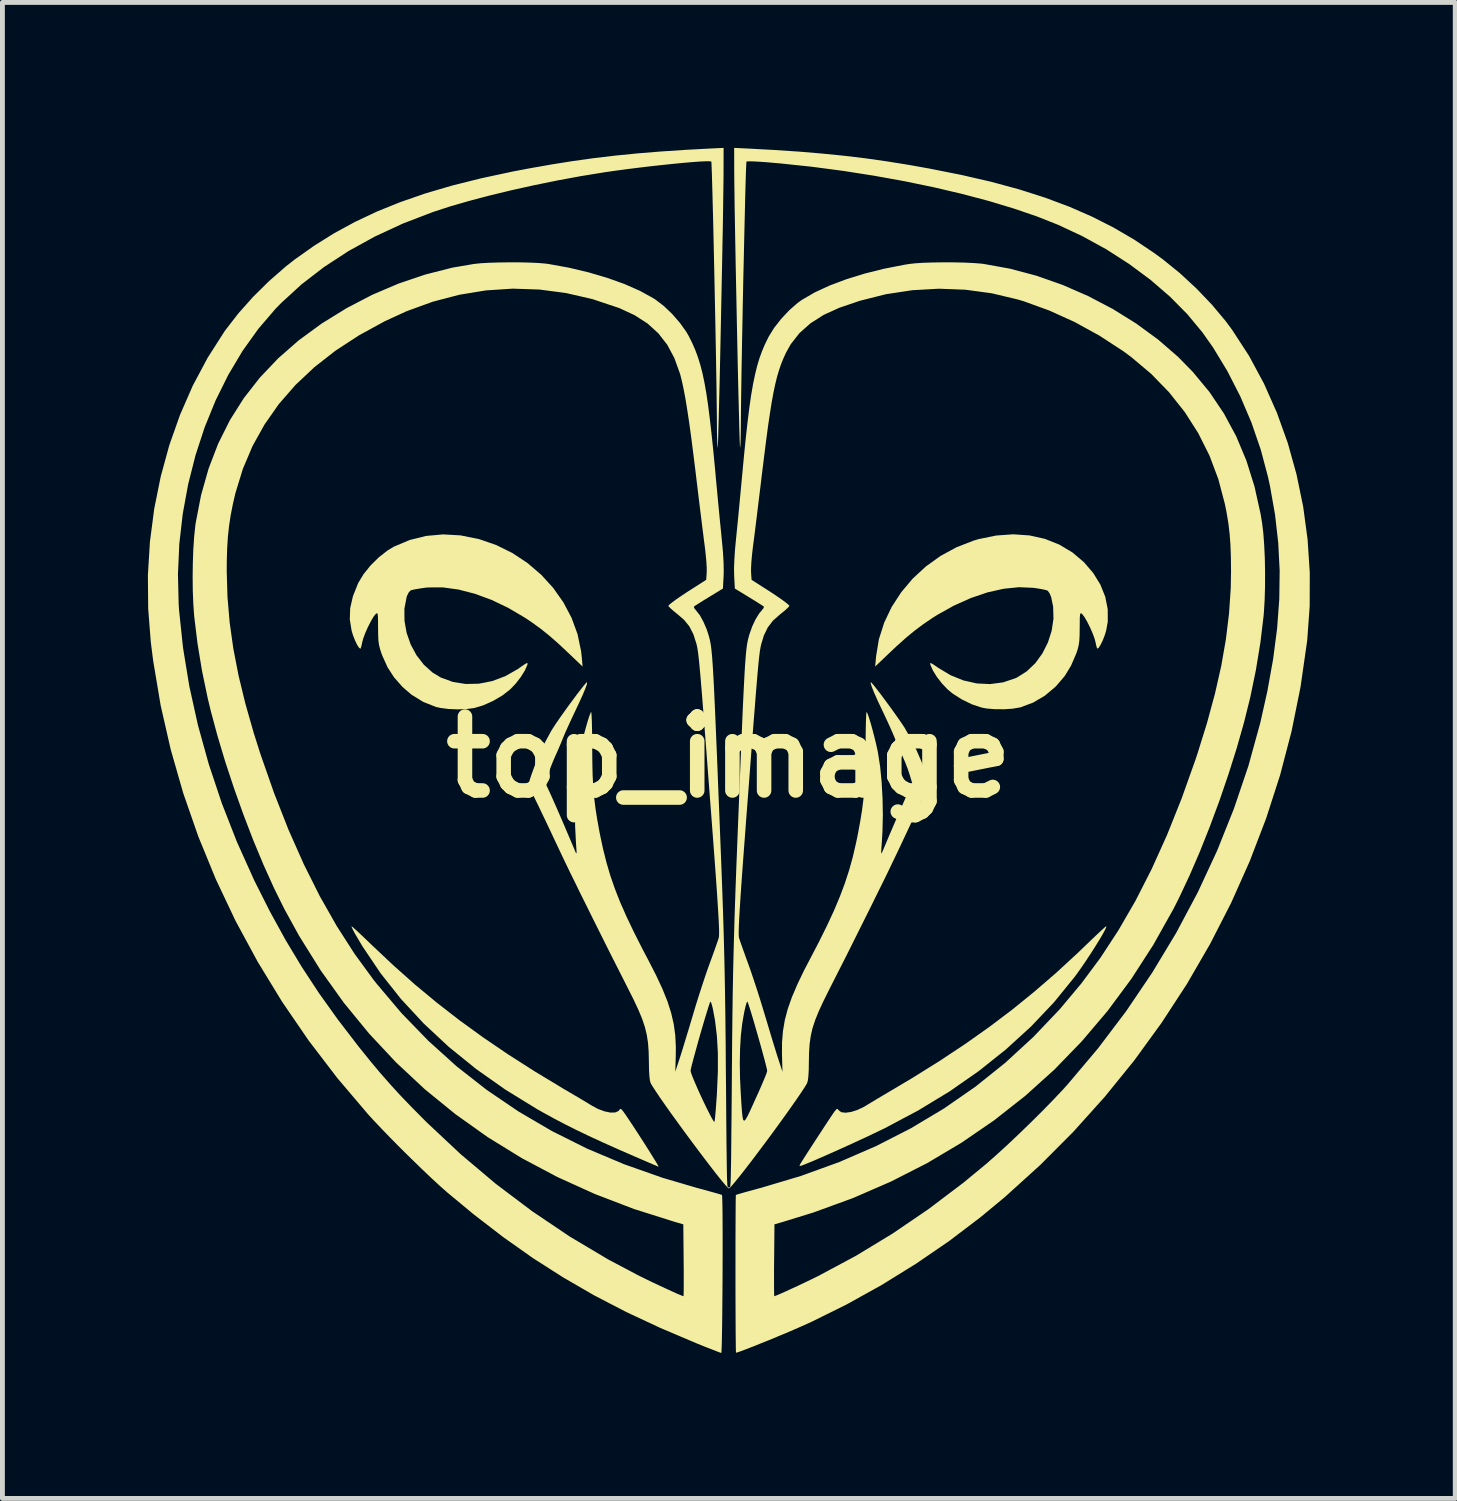
<source format=kicad_pcb>
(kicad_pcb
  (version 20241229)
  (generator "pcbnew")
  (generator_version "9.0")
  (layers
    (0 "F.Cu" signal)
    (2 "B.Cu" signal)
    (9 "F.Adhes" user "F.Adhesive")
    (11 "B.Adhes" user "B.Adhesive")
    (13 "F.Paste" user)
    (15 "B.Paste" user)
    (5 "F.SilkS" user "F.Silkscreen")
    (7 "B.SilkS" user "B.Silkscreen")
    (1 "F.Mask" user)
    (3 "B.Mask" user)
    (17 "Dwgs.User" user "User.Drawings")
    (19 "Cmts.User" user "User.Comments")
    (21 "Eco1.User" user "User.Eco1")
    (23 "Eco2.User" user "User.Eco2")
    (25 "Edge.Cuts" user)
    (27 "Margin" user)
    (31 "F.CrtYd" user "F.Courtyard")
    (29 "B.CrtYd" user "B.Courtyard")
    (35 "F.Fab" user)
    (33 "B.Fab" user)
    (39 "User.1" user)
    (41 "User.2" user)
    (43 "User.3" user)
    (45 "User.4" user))
  (footprint "top_image"
    (layer "F.Cu")
    (at 11.982 12.563)
    (property "Reference" "top_image" (at 0 0 0) (layer "F.SilkS") (effects (font (size 1.524 1.524) (thickness 0.3))))
    (attr board_only exclude_from_pos_files exclude_from_bom)
    (fp_poly (pts (xy -7.758 3.507) (xy -7.702 3.557) (xy -7.618 3.634) (xy -7.514 3.733) (xy -7.395 3.847) (xy -7.364 3.877) (xy -6.92 4.295) (xy -6.476 4.69) (xy -6.024 5.065) (xy -5.558 5.427) (xy -5.071 5.78) (xy -4.555 6.131) (xy -4.004 6.483) (xy -3.41 6.842) (xy -3.161 6.988) (xy -3.046 7.056) (xy -2.924 7.129) (xy -2.835 7.184) (xy -2.698 7.258) (xy -2.564 7.307) (xy -2.442 7.332) (xy -2.344 7.33) (xy -2.277 7.3) (xy -2.263 7.283) (xy -2.241 7.255) (xy -2.216 7.264) (xy -2.181 7.306) (xy -2.137 7.367) (xy -2.075 7.459) (xy -1.999 7.573) (xy -1.913 7.704) (xy -1.823 7.843) (xy -1.733 7.983) (xy -1.648 8.117) (xy -1.573 8.238) (xy -1.511 8.338) (xy -1.469 8.409) (xy -1.45 8.445) (xy -1.45 8.448) (xy -1.477 8.438) (xy -1.545 8.409) (xy -1.647 8.365) (xy -1.776 8.31) (xy -1.921 8.247) (xy -2.286 8.088) (xy -2.607 7.944) (xy -2.893 7.812) (xy -3.151 7.688) (xy -3.388 7.569) (xy -3.613 7.451) (xy -3.833 7.33) (xy -3.957 7.26) (xy -4.608 6.86) (xy -5.215 6.432) (xy -5.777 5.977) (xy -6.293 5.496) (xy -6.762 4.99) (xy -7.183 4.459) (xy -7.556 3.905) (xy -7.71 3.645) (xy -7.752 3.566) (xy -7.778 3.51) (xy -7.782 3.488) (xy -7.782 3.488)) (stroke (width 0) (type solid)) (fill yes) (layer "F.SilkS"))
    (fp_poly (pts (xy 7.782 3.51) (xy 7.755 3.569) (xy 7.706 3.659) (xy 7.638 3.774) (xy 7.556 3.906) (xy 7.465 4.049) (xy 7.368 4.196) (xy 7.27 4.34) (xy 7.175 4.474) (xy 7.124 4.542) (xy 6.702 5.061) (xy 6.231 5.557) (xy 5.714 6.029) (xy 5.153 6.476) (xy 4.549 6.897) (xy 3.905 7.288) (xy 3.223 7.65) (xy 3.12 7.7) (xy 2.943 7.785) (xy 2.742 7.879) (xy 2.528 7.978) (xy 2.309 8.077) (xy 2.097 8.172) (xy 1.902 8.258) (xy 1.733 8.331) (xy 1.6 8.386) (xy 1.573 8.397) (xy 1.498 8.426) (xy 1.463 8.434) (xy 1.458 8.422) (xy 1.469 8.399) (xy 1.494 8.357) (xy 1.544 8.278) (xy 1.613 8.17) (xy 1.696 8.042) (xy 1.786 7.903) (xy 1.879 7.761) (xy 1.968 7.624) (xy 2.049 7.501) (xy 2.116 7.401) (xy 2.163 7.331) (xy 2.181 7.306) (xy 2.22 7.261) (xy 2.243 7.257) (xy 2.263 7.283) (xy 2.317 7.324) (xy 2.407 7.335) (xy 2.522 7.319) (xy 2.653 7.277) (xy 2.79 7.211) (xy 2.835 7.184) (xy 2.94 7.12) (xy 3.063 7.046) (xy 3.161 6.988) (xy 3.774 6.624) (xy 4.342 6.27) (xy 4.871 5.919) (xy 5.368 5.568) (xy 5.842 5.21) (xy 6.298 4.84) (xy 6.745 4.454) (xy 7.188 4.046) (xy 7.364 3.877) (xy 7.486 3.76) (xy 7.594 3.657) (xy 7.683 3.574) (xy 7.747 3.516) (xy 7.779 3.49) (xy 7.782 3.488)) (stroke (width 0) (type solid)) (fill yes) (layer "F.SilkS"))
    (fp_poly (pts (xy 6.199 -4.571) (xy 6.517 -4.5) (xy 6.814 -4.382) (xy 7.086 -4.219) (xy 7.32 -4.021) (xy 7.513 -3.797) (xy 7.661 -3.557) (xy 7.762 -3.306) (xy 7.813 -3.049) (xy 7.814 -2.793) (xy 7.78 -2.604) (xy 7.748 -2.502) (xy 7.708 -2.401) (xy 7.665 -2.314) (xy 7.627 -2.254) (xy 7.602 -2.235) (xy 7.587 -2.259) (xy 7.571 -2.32) (xy 7.564 -2.358) (xy 7.542 -2.442) (xy 7.501 -2.553) (xy 7.448 -2.674) (xy 7.39 -2.79) (xy 7.334 -2.886) (xy 7.288 -2.947) (xy 7.284 -2.95) (xy 7.264 -2.965) (xy 7.25 -2.963) (xy 7.242 -2.935) (xy 7.237 -2.875) (xy 7.236 -2.773) (xy 7.235 -2.662) (xy 7.233 -2.511) (xy 7.227 -2.398) (xy 7.214 -2.307) (xy 7.193 -2.221) (xy 7.162 -2.13) (xy 7.056 -1.884) (xy 6.926 -1.671) (xy 6.759 -1.475) (xy 6.729 -1.444) (xy 6.515 -1.265) (xy 6.274 -1.123) (xy 6.021 -1.028) (xy 6.005 -1.024) (xy 5.856 -0.998) (xy 5.677 -0.986) (xy 5.489 -0.987) (xy 5.316 -1.001) (xy 5.216 -1.02) (xy 5.013 -1.087) (xy 4.805 -1.188) (xy 4.615 -1.309) (xy 4.51 -1.396) (xy 4.395 -1.517) (xy 4.29 -1.652) (xy 4.207 -1.786) (xy 4.156 -1.902) (xy 4.156 -1.904) (xy 4.151 -1.933) (xy 4.164 -1.939) (xy 4.202 -1.919) (xy 4.274 -1.871) (xy 4.318 -1.84) (xy 4.573 -1.687) (xy 4.841 -1.579) (xy 5.115 -1.518) (xy 5.388 -1.505) (xy 5.654 -1.54) (xy 5.905 -1.624) (xy 5.941 -1.64) (xy 6.143 -1.768) (xy 6.32 -1.936) (xy 6.466 -2.138) (xy 6.58 -2.364) (xy 6.657 -2.605) (xy 6.694 -2.855) (xy 6.687 -3.103) (xy 6.646 -3.3) (xy 6.615 -3.375) (xy 6.578 -3.427) (xy 6.567 -3.434) (xy 6.52 -3.449) (xy 6.435 -3.466) (xy 6.326 -3.484) (xy 6.279 -3.49) (xy 5.984 -3.503) (xy 5.666 -3.471) (xy 5.333 -3.396) (xy 4.989 -3.279) (xy 4.64 -3.123) (xy 4.293 -2.929) (xy 4.2 -2.87) (xy 4.013 -2.743) (xy 3.836 -2.611) (xy 3.657 -2.464) (xy 3.465 -2.292) (xy 3.314 -2.15) (xy 3.017 -1.867) (xy 3.036 -2.078) (xy 3.094 -2.431) (xy 3.203 -2.772) (xy 3.358 -3.097) (xy 3.556 -3.401) (xy 3.792 -3.681) (xy 4.063 -3.931) (xy 4.365 -4.148) (xy 4.695 -4.327) (xy 5.047 -4.464) (xy 5.156 -4.496) (xy 5.515 -4.569) (xy 5.864 -4.594)) (stroke (width 0) (type solid)) (fill yes) (layer "F.SilkS"))
    (fp_poly (pts (xy -5.535 -4.572) (xy -5.166 -4.498) (xy -5.156 -4.496) (xy -4.797 -4.372) (xy -4.46 -4.205) (xy -4.15 -3.999) (xy -3.869 -3.758) (xy -3.622 -3.487) (xy -3.412 -3.189) (xy -3.244 -2.87) (xy -3.121 -2.534) (xy -3.048 -2.184) (xy -3.036 -2.078) (xy -3.017 -1.867) (xy -3.314 -2.15) (xy -3.523 -2.346) (xy -3.71 -2.509) (xy -3.887 -2.651) (xy -4.066 -2.78) (xy -4.2 -2.87) (xy -4.546 -3.074) (xy -4.894 -3.241) (xy -5.24 -3.368) (xy -5.577 -3.455) (xy -5.9 -3.499) (xy -6.202 -3.498) (xy -6.279 -3.49) (xy -6.393 -3.473) (xy -6.49 -3.456) (xy -6.554 -3.44) (xy -6.567 -3.434) (xy -6.603 -3.394) (xy -6.638 -3.324) (xy -6.646 -3.3) (xy -6.692 -3.058) (xy -6.69 -2.809) (xy -6.646 -2.561) (xy -6.562 -2.321) (xy -6.442 -2.099) (xy -6.29 -1.903) (xy -6.109 -1.741) (xy -5.941 -1.64) (xy -5.692 -1.549) (xy -5.428 -1.507) (xy -5.155 -1.513) (xy -4.881 -1.567) (xy -4.612 -1.668) (xy -4.354 -1.814) (xy -4.318 -1.84) (xy -4.229 -1.902) (xy -4.177 -1.934) (xy -4.154 -1.939) (xy -4.152 -1.92) (xy -4.156 -1.904) (xy -4.206 -1.788) (xy -4.289 -1.654) (xy -4.393 -1.519) (xy -4.508 -1.398) (xy -4.51 -1.396) (xy -4.67 -1.271) (xy -4.863 -1.158) (xy -5.066 -1.067) (xy -5.254 -1.011) (xy -5.411 -0.99) (xy -5.593 -0.984) (xy -5.78 -0.991) (xy -5.948 -1.012) (xy -6.037 -1.032) (xy -6.301 -1.136) (xy -6.547 -1.287) (xy -6.73 -1.445) (xy -6.903 -1.641) (xy -7.039 -1.851) (xy -7.148 -2.092) (xy -7.162 -2.13) (xy -7.194 -2.226) (xy -7.215 -2.311) (xy -7.228 -2.403) (xy -7.233 -2.517) (xy -7.235 -2.662) (xy -7.236 -2.8) (xy -7.238 -2.892) (xy -7.243 -2.944) (xy -7.253 -2.966) (xy -7.268 -2.963) (xy -7.284 -2.95) (xy -7.329 -2.893) (xy -7.384 -2.799) (xy -7.443 -2.684) (xy -7.497 -2.563) (xy -7.539 -2.451) (xy -7.563 -2.364) (xy -7.564 -2.358) (xy -7.579 -2.285) (xy -7.595 -2.241) (xy -7.602 -2.235) (xy -7.631 -2.259) (xy -7.67 -2.321) (xy -7.712 -2.41) (xy -7.752 -2.512) (xy -7.78 -2.604) (xy -7.818 -2.836) (xy -7.81 -3.071) (xy -7.754 -3.315) (xy -7.651 -3.574) (xy -7.64 -3.597) (xy -7.533 -3.774) (xy -7.389 -3.952) (xy -7.22 -4.119) (xy -7.04 -4.26) (xy -6.909 -4.339) (xy -6.585 -4.476) (xy -6.246 -4.56) (xy -5.896 -4.592)) (stroke (width 0) (type solid)) (fill yes) (layer "F.SilkS"))
    (fp_poly (pts (xy 0.402 -12.549) (xy 0.953 -12.519) (xy 1.46 -12.485) (xy 1.933 -12.445) (xy 2.384 -12.4) (xy 2.823 -12.347) (xy 3.26 -12.285) (xy 3.707 -12.213) (xy 4.129 -12.138) (xy 4.797 -12.005) (xy 5.417 -11.862) (xy 5.991 -11.706) (xy 6.526 -11.535) (xy 7.026 -11.348) (xy 7.494 -11.143) (xy 7.937 -10.918) (xy 8.358 -10.672) (xy 8.761 -10.402) (xy 8.953 -10.262) (xy 9.304 -9.977) (xy 9.645 -9.661) (xy 9.964 -9.327) (xy 10.249 -8.986) (xy 10.379 -8.81) (xy 10.728 -8.273) (xy 11.036 -7.701) (xy 11.302 -7.101) (xy 11.527 -6.475) (xy 11.707 -5.828) (xy 11.844 -5.164) (xy 11.935 -4.487) (xy 11.98 -3.801) (xy 11.978 -3.11) (xy 11.928 -2.419) (xy 11.922 -2.371) (xy 11.79 -1.449) (xy 11.605 -0.534) (xy 11.368 0.372) (xy 11.08 1.265) (xy 10.743 2.144) (xy 10.358 3.008) (xy 9.925 3.853) (xy 9.448 4.677) (xy 8.925 5.479) (xy 8.36 6.257) (xy 7.752 7.007) (xy 7.103 7.729) (xy 6.415 8.419) (xy 5.688 9.077) (xy 5.189 9.49) (xy 4.542 9.982) (xy 3.858 10.45) (xy 3.149 10.889) (xy 2.427 11.29) (xy 1.703 11.648) (xy 1.485 11.746) (xy 1.336 11.811) (xy 1.171 11.882) (xy 0.997 11.954) (xy 0.822 12.027) (xy 0.652 12.095) (xy 0.495 12.158) (xy 0.359 12.211) (xy 0.251 12.251) (xy 0.178 12.277) (xy 0.147 12.284) (xy 0.147 12.284) (xy 0.145 12.255) (xy 0.143 12.178) (xy 0.142 12.058) (xy 0.14 11.901) (xy 0.139 11.713) (xy 0.138 11.499) (xy 0.137 11.265) (xy 0.136 11.017) (xy 0.136 10.762) (xy 0.136 10.503) (xy 0.136 10.249) (xy 0.136 10.003) (xy 0.137 9.773) (xy 0.138 9.563) (xy 0.139 9.381) (xy 0.14 9.23) (xy 0.141 9.118) (xy 0.143 9.05) (xy 0.145 9.03) (xy 0.173 9.021) (xy 0.246 8.999) (xy 0.354 8.968) (xy 0.491 8.931) (xy 0.647 8.888) (xy 0.657 8.886) (xy 1.485 8.639) (xy 2.277 8.352) (xy 3.032 8.025) (xy 3.752 7.657) (xy 4.436 7.248) (xy 5.085 6.798) (xy 5.699 6.306) (xy 6.28 5.772) (xy 6.827 5.197) (xy 7.269 4.669) (xy 7.662 4.141) (xy 8.034 3.572) (xy 8.387 2.962) (xy 8.721 2.306) (xy 9.037 1.605) (xy 9.337 0.855) (xy 9.622 0.055) (xy 9.663 -0.068) (xy 9.861 -0.704) (xy 10.024 -1.305) (xy 10.154 -1.878) (xy 10.25 -2.428) (xy 10.315 -2.961) (xy 10.35 -3.483) (xy 10.356 -3.823) (xy 10.353 -4.119) (xy 10.344 -4.374) (xy 10.327 -4.604) (xy 10.301 -4.823) (xy 10.264 -5.045) (xy 10.229 -5.219) (xy 10.095 -5.729) (xy 9.912 -6.216) (xy 9.68 -6.679) (xy 9.402 -7.115) (xy 9.078 -7.523) (xy 8.71 -7.902) (xy 8.298 -8.249) (xy 8.136 -8.369) (xy 7.645 -8.689) (xy 7.133 -8.971) (xy 6.608 -9.209) (xy 6.081 -9.4) (xy 5.949 -9.439) (xy 5.418 -9.565) (xy 4.877 -9.638) (xy 4.331 -9.659) (xy 3.783 -9.628) (xy 3.237 -9.545) (xy 2.698 -9.409) (xy 2.276 -9.265) (xy 1.955 -9.119) (xy 1.682 -8.945) (xy 1.455 -8.743) (xy 1.275 -8.513) (xy 1.178 -8.339) (xy 1.125 -8.223) (xy 1.077 -8.105) (xy 1.034 -7.979) (xy 0.993 -7.841) (xy 0.955 -7.686) (xy 0.918 -7.509) (xy 0.881 -7.306) (xy 0.844 -7.071) (xy 0.804 -6.8) (xy 0.763 -6.487) (xy 0.718 -6.129) (xy 0.681 -5.832) (xy 0.65 -5.571) (xy 0.618 -5.312) (xy 0.588 -5.065) (xy 0.56 -4.837) (xy 0.535 -4.637) (xy 0.514 -4.472) (xy 0.498 -4.35) (xy 0.494 -4.32) (xy 0.477 -4.17) (xy 0.464 -4.024) (xy 0.457 -3.899) (xy 0.457 -3.811) (xy 0.457 -3.81) (xy 0.468 -3.655) (xy 0.862 -3.403) (xy 0.99 -3.318) (xy 1.1 -3.242) (xy 1.184 -3.179) (xy 1.236 -3.135) (xy 1.248 -3.117) (xy 1.224 -3.087) (xy 1.167 -3.034) (xy 1.087 -2.967) (xy 1.05 -2.938) (xy 0.908 -2.812) (xy 0.802 -2.673) (xy 0.722 -2.508) (xy 0.668 -2.332) (xy 0.66 -2.299) (xy 0.653 -2.263) (xy 0.645 -2.22) (xy 0.637 -2.168) (xy 0.629 -2.104) (xy 0.62 -2.025) (xy 0.61 -1.927) (xy 0.599 -1.808) (xy 0.586 -1.664) (xy 0.572 -1.494) (xy 0.555 -1.292) (xy 0.537 -1.058) (xy 0.515 -0.786) (xy 0.491 -0.476) (xy 0.464 -0.123) (xy 0.434 0.276) (xy 0.4 0.723) (xy 0.364 1.192) (xy 0.331 1.63) (xy 0.302 2.016) (xy 0.277 2.354) (xy 0.256 2.646) (xy 0.239 2.896) (xy 0.226 3.107) (xy 0.215 3.282) (xy 0.208 3.423) (xy 0.204 3.534) (xy 0.202 3.617) (xy 0.203 3.677) (xy 0.206 3.715) (xy 0.209 3.727) (xy 0.228 3.787) (xy 0.263 3.887) (xy 0.309 4.016) (xy 0.361 4.161) (xy 0.394 4.251) (xy 0.449 4.405) (xy 0.514 4.598) (xy 0.585 4.813) (xy 0.655 5.035) (xy 0.721 5.251) (xy 0.74 5.314) (xy 0.799 5.51) (xy 0.858 5.707) (xy 0.914 5.892) (xy 0.964 6.053) (xy 1.003 6.179) (xy 1.018 6.223) (xy 1.105 6.491) (xy 1.095 6.128) (xy 1.096 5.885) (xy 1.115 5.654) (xy 1.153 5.427) (xy 1.214 5.195) (xy 1.3 4.951) (xy 1.413 4.686) (xy 1.555 4.391) (xy 1.664 4.183) (xy 1.859 3.809) (xy 2.026 3.472) (xy 2.169 3.163) (xy 2.29 2.875) (xy 2.393 2.6) (xy 2.481 2.329) (xy 2.557 2.055) (xy 2.623 1.769) (xy 2.659 1.594) (xy 2.707 1.336) (xy 2.745 1.103) (xy 2.773 0.883) (xy 2.794 0.662) (xy 2.808 0.427) (xy 2.816 0.167) (xy 2.819 -0.133) (xy 2.819 -0.196) (xy 2.82 -0.391) (xy 2.823 -0.567) (xy 2.826 -0.715) (xy 2.83 -0.829) (xy 2.835 -0.904) (xy 2.84 -0.931) (xy 2.841 -0.931) (xy 2.861 -0.892) (xy 2.89 -0.81) (xy 2.925 -0.696) (xy 2.963 -0.56) (xy 3.001 -0.413) (xy 3.037 -0.266) (xy 3.067 -0.129) (xy 3.076 -0.082) (xy 3.119 0.196) (xy 3.15 0.513) (xy 3.169 0.853) (xy 3.175 1.201) (xy 3.167 1.543) (xy 3.154 1.758) (xy 3.145 1.881) (xy 3.141 1.955) (xy 3.143 1.987) (xy 3.152 1.982) (xy 3.168 1.946) (xy 3.179 1.921) (xy 3.24 1.777) (xy 3.31 1.61) (xy 3.386 1.433) (xy 3.463 1.254) (xy 3.537 1.084) (xy 3.604 0.932) (xy 3.658 0.809) (xy 3.697 0.724) (xy 3.701 0.715) (xy 3.782 0.543) (xy 3.728 0.363) (xy 3.689 0.246) (xy 3.636 0.109) (xy 3.581 -0.019) (xy 3.579 -0.024) (xy 3.523 -0.148) (xy 3.467 -0.279) (xy 3.422 -0.389) (xy 3.42 -0.395) (xy 3.385 -0.479) (xy 3.332 -0.599) (xy 3.268 -0.739) (xy 3.199 -0.887) (xy 3.174 -0.939) (xy 3.072 -1.155) (xy 2.997 -1.324) (xy 2.948 -1.446) (xy 2.925 -1.52) (xy 2.926 -1.545) (xy 2.946 -1.529) (xy 2.991 -1.476) (xy 3.057 -1.392) (xy 3.138 -1.286) (xy 3.228 -1.165) (xy 3.323 -1.036) (xy 3.416 -0.907) (xy 3.503 -0.784) (xy 3.577 -0.676) (xy 3.634 -0.589) (xy 3.634 -0.587) (xy 3.746 -0.391) (xy 3.86 -0.162) (xy 3.966 0.08) (xy 4.055 0.314) (xy 4.075 0.372) (xy 4.141 0.576) (xy 4.023 0.812) (xy 3.978 0.904) (xy 3.915 1.034) (xy 3.838 1.195) (xy 3.752 1.374) (xy 3.663 1.564) (xy 3.598 1.702) (xy 3.519 1.87) (xy 3.44 2.036) (xy 3.359 2.204) (xy 3.274 2.382) (xy 3.18 2.574) (xy 3.075 2.786) (xy 2.958 3.024) (xy 2.824 3.293) (xy 2.671 3.6) (xy 2.497 3.949) (xy 2.489 3.965) (xy 2.429 4.085) (xy 2.351 4.239) (xy 2.261 4.416) (xy 2.167 4.601) (xy 2.075 4.782) (xy 2.068 4.797) (xy 1.947 5.04) (xy 1.851 5.248) (xy 1.778 5.429) (xy 1.724 5.594) (xy 1.688 5.754) (xy 1.665 5.919) (xy 1.653 6.098) (xy 1.65 6.268) (xy 1.647 6.452) (xy 1.639 6.587) (xy 1.627 6.679) (xy 1.61 6.732) (xy 1.562 6.811) (xy 1.489 6.922) (xy 1.395 7.06) (xy 1.284 7.218) (xy 1.16 7.393) (xy 1.026 7.578) (xy 0.886 7.77) (xy 0.744 7.961) (xy 0.604 8.148) (xy 0.47 8.326) (xy 0.345 8.488) (xy 0.234 8.63) (xy 0.139 8.748) (xy 0.066 8.834) (xy 0.018 8.886) (xy 0 8.898) (xy -0.027 8.877) (xy -0.082 8.816) (xy -0.161 8.721) (xy -0.26 8.597) (xy -0.375 8.449) (xy -0.502 8.283) (xy -0.638 8.103) (xy -0.779 7.914) (xy -0.921 7.722) (xy -1.059 7.532) (xy -1.192 7.349) (xy -1.313 7.178) (xy -1.42 7.024) (xy -1.509 6.892) (xy -1.576 6.788) (xy -1.61 6.732) (xy -1.627 6.678) (xy -1.639 6.586) (xy -1.647 6.451) (xy -1.65 6.268) (xy -1.655 6.068) (xy -1.668 5.892) (xy -1.693 5.729) (xy -1.732 5.569) (xy -1.788 5.401) (xy -1.865 5.216) (xy -1.964 5.004) (xy -2.068 4.797) (xy -2.159 4.617) (xy -2.253 4.431) (xy -2.343 4.254) (xy -2.423 4.097) (xy -2.484 3.974) (xy -2.489 3.965) (xy -2.664 3.614) (xy -2.818 3.306) (xy -2.952 3.035) (xy -3.071 2.796) (xy -3.175 2.582) (xy -3.27 2.39) (xy -3.356 2.212) (xy -3.437 2.043) (xy -3.515 1.877) (xy -3.594 1.71) (xy -3.598 1.702) (xy -3.687 1.512) (xy -3.776 1.324) (xy -3.86 1.149) (xy -3.933 0.996) (xy -3.992 0.875) (xy -4.023 0.812) (xy -4.141 0.576) (xy -4.075 0.372) (xy -3.992 0.144) (xy -3.89 -0.097) (xy -3.777 -0.332) (xy -3.664 -0.539) (xy -3.634 -0.587) (xy -3.578 -0.674) (xy -3.504 -0.782) (xy -3.418 -0.904) (xy -3.325 -1.034) (xy -3.23 -1.163) (xy -3.14 -1.284) (xy -3.058 -1.39) (xy -2.992 -1.474) (xy -2.946 -1.528) (xy -2.926 -1.545) (xy -2.926 -1.545) (xy -2.927 -1.509) (xy -2.955 -1.426) (xy -3.009 -1.295) (xy -3.09 -1.117) (xy -3.174 -0.939) (xy -3.243 -0.792) (xy -3.31 -0.647) (xy -3.368 -0.519) (xy -3.41 -0.42) (xy -3.42 -0.395) (xy -3.464 -0.287) (xy -3.519 -0.157) (xy -3.575 -0.031) (xy -3.579 -0.024) (xy -3.633 0.103) (xy -3.687 0.24) (xy -3.727 0.359) (xy -3.728 0.363) (xy -3.782 0.543) (xy -3.701 0.715) (xy -3.666 0.792) (xy -3.614 0.909) (xy -3.549 1.056) (xy -3.476 1.224) (xy -3.399 1.402) (xy -3.323 1.581) (xy -3.251 1.75) (xy -3.188 1.899) (xy -3.179 1.921) (xy -3.159 1.969) (xy -3.146 1.989) (xy -3.141 1.974) (xy -3.143 1.921) (xy -3.15 1.821) (xy -3.154 1.758) (xy -3.171 1.428) (xy -3.174 1.082) (xy -3.164 0.735) (xy -3.141 0.401) (xy -3.106 0.096) (xy -3.076 -0.082) (xy -3.049 -0.212) (xy -3.015 -0.357) (xy -2.978 -0.505) (xy -2.939 -0.646) (xy -2.903 -0.769) (xy -2.871 -0.865) (xy -2.847 -0.922) (xy -2.841 -0.931) (xy -2.836 -0.91) (xy -2.831 -0.842) (xy -2.826 -0.732) (xy -2.823 -0.588) (xy -2.82 -0.416) (xy -2.819 -0.223) (xy -2.819 -0.196) (xy -2.816 0.113) (xy -2.81 0.38) (xy -2.797 0.618) (xy -2.778 0.841) (xy -2.751 1.061) (xy -2.715 1.29) (xy -2.669 1.542) (xy -2.659 1.594) (xy -2.596 1.89) (xy -2.526 2.17) (xy -2.446 2.442) (xy -2.352 2.714) (xy -2.242 2.994) (xy -2.112 3.289) (xy -1.959 3.609) (xy -1.781 3.961) (xy -1.664 4.183) (xy -1.501 4.501) (xy -1.369 4.784) (xy -1.266 5.041) (xy -1.19 5.279) (xy -1.137 5.508) (xy -1.106 5.736) (xy -1.094 5.97) (xy -1.095 6.128) (xy -1.105 6.491) (xy -1.099 6.47) (xy -0.79 6.47) (xy -0.78 6.513) (xy -0.751 6.592) (xy -0.707 6.698) (xy -0.653 6.823) (xy -0.592 6.958) (xy -0.528 7.096) (xy -0.465 7.227) (xy -0.406 7.344) (xy -0.357 7.439) (xy -0.32 7.502) (xy -0.299 7.526) (xy -0.297 7.525) (xy -0.291 7.485) (xy -0.282 7.4) (xy -0.271 7.278) (xy -0.26 7.129) (xy -0.248 6.96) (xy -0.246 6.915) (xy -0.227 6.489) (xy -0.227 6.105) (xy -0.247 5.755) (xy -0.286 5.431) (xy -0.332 5.185) (xy -0.352 5.106) (xy -0.371 5.054) (xy -0.381 5.042) (xy -0.392 5.067) (xy -0.416 5.136) (xy -0.449 5.242) (xy -0.49 5.375) (xy -0.535 5.528) (xy -0.583 5.692) (xy -0.631 5.86) (xy -0.676 6.023) (xy -0.717 6.172) (xy -0.751 6.3) (xy -0.776 6.398) (xy -0.789 6.458) (xy -0.79 6.47) (xy -1.099 6.47) (xy -1.018 6.223) (xy -0.984 6.118) (xy -0.939 5.972) (xy -0.886 5.798) (xy -0.827 5.605) (xy -0.768 5.407) (xy -0.74 5.314) (xy -0.677 5.103) (xy -0.607 4.881) (xy -0.536 4.663) (xy -0.469 4.462) (xy -0.41 4.294) (xy -0.394 4.251) (xy -0.339 4.101) (xy -0.289 3.961) (xy -0.247 3.842) (xy -0.218 3.757) (xy -0.209 3.727) (xy -0.204 3.698) (xy -0.202 3.65) (xy -0.202 3.579) (xy -0.205 3.482) (xy -0.211 3.356) (xy -0.22 3.199) (xy -0.232 3.006) (xy -0.247 2.776) (xy -0.266 2.505) (xy -0.289 2.19) (xy -0.316 1.828) (xy -0.347 1.417) (xy -0.364 1.192) (xy -0.402 0.697) (xy -0.436 0.252) (xy -0.466 -0.144) (xy -0.493 -0.494) (xy -0.517 -0.802) (xy -0.538 -1.072) (xy -0.556 -1.304) (xy -0.573 -1.504) (xy -0.587 -1.673) (xy -0.6 -1.815) (xy -0.611 -1.933) (xy -0.621 -2.03) (xy -0.63 -2.108) (xy -0.638 -2.172) (xy -0.646 -2.223) (xy -0.653 -2.265) (xy -0.661 -2.301) (xy -0.668 -2.332) (xy -0.732 -2.532) (xy -0.814 -2.693) (xy -0.924 -2.829) (xy -1.05 -2.938) (xy -1.136 -3.008) (xy -1.204 -3.068) (xy -1.243 -3.108) (xy -1.248 -3.117) (xy -1.228 -3.142) (xy -1.17 -3.19) (xy -1.08 -3.256) (xy -0.966 -3.334) (xy -0.862 -3.403) (xy -0.468 -3.655) (xy -0.457 -3.81) (xy -0.457 -3.898) (xy -0.464 -4.024) (xy -0.477 -4.169) (xy -0.494 -4.319) (xy -0.494 -4.32) (xy -0.508 -4.425) (xy -0.527 -4.576) (xy -0.551 -4.766) (xy -0.578 -4.985) (xy -0.608 -5.227) (xy -0.639 -5.482) (xy -0.671 -5.744) (xy -0.681 -5.832) (xy -0.731 -6.234) (xy -0.776 -6.587) (xy -0.818 -6.893) (xy -0.858 -7.157) (xy -0.895 -7.384) (xy -0.931 -7.577) (xy -0.966 -7.742) (xy -1.001 -7.881) (xy -1.012 -7.917) (xy -1.125 -8.23) (xy -1.271 -8.503) (xy -1.454 -8.738) (xy -1.676 -8.94) (xy -1.941 -9.111) (xy -2.252 -9.256) (xy -2.276 -9.265) (xy -2.816 -9.445) (xy -3.361 -9.57) (xy -3.91 -9.642) (xy -4.46 -9.66) (xy -5.01 -9.624) (xy -5.559 -9.534) (xy -6.106 -9.391) (xy -6.648 -9.194) (xy -7.093 -8.99) (xy -7.627 -8.698) (xy -8.113 -8.381) (xy -8.55 -8.039) (xy -8.94 -7.672) (xy -9.282 -7.279) (xy -9.576 -6.859) (xy -9.824 -6.414) (xy -10.024 -5.942) (xy -10.177 -5.443) (xy -10.229 -5.219) (xy -10.275 -4.985) (xy -10.308 -4.766) (xy -10.332 -4.545) (xy -10.347 -4.31) (xy -10.355 -4.045) (xy -10.356 -3.823) (xy -10.341 -3.305) (xy -10.296 -2.779) (xy -10.221 -2.241) (xy -10.113 -1.684) (xy -9.972 -1.103) (xy -9.797 -0.49) (xy -9.663 -0.068) (xy -9.381 0.739) (xy -9.083 1.497) (xy -8.769 2.205) (xy -8.438 2.867) (xy -8.088 3.484) (xy -7.719 4.059) (xy -7.329 4.593) (xy -7.269 4.669) (xy -6.751 5.282) (xy -6.198 5.852) (xy -5.613 6.38) (xy -4.992 6.866) (xy -4.338 7.31) (xy -3.648 7.714) (xy -2.923 8.076) (xy -2.162 8.397) (xy -1.365 8.678) (xy -0.66 8.885) (xy -0.503 8.927) (xy -0.364 8.966) (xy -0.252 8.997) (xy -0.176 9.02) (xy -0.143 9.03) (xy -0.142 9.031) (xy -0.139 9.059) (xy -0.136 9.136) (xy -0.133 9.256) (xy -0.131 9.413) (xy -0.13 9.601) (xy -0.129 9.815) (xy -0.129 10.048) (xy -0.129 10.295) (xy -0.13 10.55) (xy -0.131 10.808) (xy -0.133 11.063) (xy -0.135 11.308) (xy -0.137 11.539) (xy -0.14 11.749) (xy -0.143 11.933) (xy -0.146 12.084) (xy -0.15 12.198) (xy -0.153 12.269) (xy -0.157 12.29) (xy -0.187 12.28) (xy -0.26 12.252) (xy -0.367 12.21) (xy -0.501 12.158) (xy -0.652 12.097) (xy -0.668 12.09) (xy -1.415 11.773) (xy -2.117 11.445) (xy -2.783 11.099) (xy -3.42 10.73) (xy -4.04 10.334) (xy -4.649 9.904) (xy -5.257 9.436) (xy -5.802 8.984) (xy -5.952 8.852) (xy -6.13 8.688) (xy -6.328 8.5) (xy -6.537 8.297) (xy -6.75 8.087) (xy -6.958 7.877) (xy -7.153 7.676) (xy -7.326 7.493) (xy -7.437 7.372) (xy -8.073 6.623) (xy -8.666 5.847) (xy -9.214 5.047) (xy -9.717 4.223) (xy -10.174 3.379) (xy -10.582 2.517) (xy -10.942 1.639) (xy -11.252 0.748) (xy -11.511 -0.155) (xy -11.719 -1.066) (xy -11.873 -1.985) (xy -11.922 -2.371) (xy -11.976 -3.062) (xy -11.982 -3.753) (xy -11.94 -4.439) (xy -11.852 -5.117) (xy -11.718 -5.782) (xy -11.541 -6.43) (xy -11.319 -7.058) (xy -11.056 -7.66) (xy -10.75 -8.234) (xy -10.405 -8.774) (xy -10.379 -8.81) (xy -10.117 -9.149) (xy -9.814 -9.489) (xy -9.483 -9.816) (xy -9.136 -10.119) (xy -8.953 -10.262) (xy -8.555 -10.544) (xy -8.144 -10.801) (xy -7.712 -11.036) (xy -7.257 -11.251) (xy -6.773 -11.446) (xy -6.256 -11.625) (xy -5.701 -11.788) (xy -5.104 -11.937) (xy -4.46 -12.075) (xy -4.129 -12.138) (xy -3.665 -12.22) (xy -3.22 -12.291) (xy -2.782 -12.352) (xy -2.343 -12.404) (xy -1.89 -12.449) (xy -1.414 -12.488) (xy -0.904 -12.522) (xy -0.402 -12.549) (xy -0.109 -12.563) (xy -0.11 -12.121) (xy -0.11 -11.998) (xy -0.112 -11.834) (xy -0.115 -11.632) (xy -0.118 -11.398) (xy -0.122 -11.134) (xy -0.127 -10.846) (xy -0.133 -10.538) (xy -0.139 -10.214) (xy -0.146 -9.878) (xy -0.153 -9.535) (xy -0.16 -9.19) (xy -0.167 -8.845) (xy -0.174 -8.507) (xy -0.181 -8.178) (xy -0.188 -7.864) (xy -0.195 -7.569) (xy -0.202 -7.296) (xy -0.208 -7.051) (xy -0.214 -6.837) (xy -0.219 -6.66) (xy -0.223 -6.523) (xy -0.227 -6.43) (xy -0.229 -6.386) (xy -0.23 -6.383) (xy -0.235 -6.404) (xy -0.239 -6.471) (xy -0.243 -6.576) (xy -0.246 -6.711) (xy -0.247 -6.856) (xy -0.248 -7.007) (xy -0.25 -7.196) (xy -0.253 -7.42) (xy -0.256 -7.673) (xy -0.261 -7.951) (xy -0.266 -8.25) (xy -0.272 -8.566) (xy -0.278 -8.894) (xy -0.285 -9.229) (xy -0.292 -9.568) (xy -0.299 -9.906) (xy -0.306 -10.238) (xy -0.313 -10.56) (xy -0.32 -10.867) (xy -0.327 -11.156) (xy -0.334 -11.422) (xy -0.34 -11.66) (xy -0.346 -11.866) (xy -0.351 -12.035) (xy -0.356 -12.164) (xy -0.359 -12.247) (xy -0.362 -12.281) (xy -0.363 -12.281) (xy -0.398 -12.287) (xy -0.481 -12.287) (xy -0.606 -12.281) (xy -0.766 -12.269) (xy -0.955 -12.253) (xy -1.167 -12.232) (xy -1.394 -12.208) (xy -1.632 -12.182) (xy -1.874 -12.153) (xy -2.113 -12.123) (xy -2.343 -12.092) (xy -2.559 -12.061) (xy -2.589 -12.056) (xy -3.056 -11.98) (xy -3.532 -11.892) (xy -4.009 -11.795) (xy -4.478 -11.691) (xy -4.929 -11.582) (xy -5.354 -11.47) (xy -5.743 -11.358) (xy -6.087 -11.246) (xy -6.107 -11.239) (xy -6.72 -11.004) (xy -7.301 -10.735) (xy -7.845 -10.435) (xy -8.351 -10.105) (xy -8.814 -9.748) (xy -9.232 -9.365) (xy -9.346 -9.249) (xy -9.703 -8.833) (xy -10.03 -8.376) (xy -10.324 -7.882) (xy -10.585 -7.356) (xy -10.811 -6.802) (xy -11 -6.224) (xy -11.151 -5.628) (xy -11.263 -5.018) (xy -11.334 -4.398) (xy -11.362 -3.772) (xy -11.347 -3.147) (xy -11.34 -3.039) (xy -11.258 -2.258) (xy -11.128 -1.463) (xy -10.95 -0.659) (xy -10.726 0.148) (xy -10.458 0.951) (xy -10.148 1.745) (xy -9.797 2.525) (xy -9.782 2.557) (xy -9.466 3.184) (xy -9.144 3.77) (xy -8.808 4.329) (xy -8.45 4.874) (xy -8.061 5.418) (xy -7.633 5.975) (xy -7.615 5.997) (xy -7.395 6.27) (xy -7.19 6.515) (xy -6.989 6.744) (xy -6.783 6.97) (xy -6.559 7.203) (xy -6.308 7.457) (xy -6.229 7.536) (xy -5.534 8.188) (xy -4.81 8.799) (xy -4.058 9.366) (xy -3.283 9.888) (xy -2.489 10.361) (xy -1.859 10.694) (xy -1.731 10.757) (xy -1.589 10.826) (xy -1.442 10.895) (xy -1.298 10.962) (xy -1.168 11.022) (xy -1.058 11.071) (xy -0.979 11.104) (xy -0.939 11.119) (xy -0.936 11.119) (xy -0.934 11.093) (xy -0.932 11.02) (xy -0.931 10.906) (xy -0.931 10.758) (xy -0.931 10.584) (xy -0.933 10.39) (xy -0.933 10.378) (xy -0.94 9.637) (xy -1.117 9.586) (xy -1.959 9.32) (xy -2.765 9.011) (xy -3.537 8.661) (xy -4.274 8.27) (xy -4.976 7.837) (xy -5.641 7.364) (xy -6.271 6.851) (xy -6.864 6.297) (xy -7.42 5.703) (xy -7.939 5.07) (xy -8.42 4.398) (xy -8.864 3.686) (xy -9.168 3.133) (xy -9.382 2.7) (xy -9.597 2.224) (xy -9.809 1.715) (xy -10.013 1.183) (xy -10.207 0.64) (xy -10.387 0.096) (xy -10.547 -0.438) (xy -10.685 -0.951) (xy -10.748 -1.213) (xy -10.865 -1.774) (xy -10.959 -2.343) (xy -11.026 -2.895) (xy -11.028 -2.916) (xy -11.045 -3.157) (xy -11.056 -3.427) (xy -11.059 -3.715) (xy -11.055 -4.005) (xy -11.045 -4.286) (xy -11.028 -4.544) (xy -11.005 -4.765) (xy -10.997 -4.824) (xy -10.885 -5.403) (xy -10.73 -5.949) (xy -10.533 -6.463) (xy -10.291 -6.947) (xy -10.005 -7.4) (xy -9.673 -7.825) (xy -9.295 -8.223) (xy -8.87 -8.595) (xy -8.397 -8.941) (xy -7.882 -9.259) (xy -7.356 -9.533) (xy -6.812 -9.765) (xy -6.258 -9.952) (xy -5.704 -10.093) (xy -5.26 -10.169) (xy -5.119 -10.184) (xy -4.941 -10.194) (xy -4.736 -10.2) (xy -4.518 -10.203) (xy -4.3 -10.202) (xy -4.093 -10.197) (xy -3.91 -10.188) (xy -3.765 -10.175) (xy -3.72 -10.169) (xy -3.297 -10.092) (xy -2.89 -9.995) (xy -2.506 -9.882) (xy -2.152 -9.755) (xy -1.835 -9.615) (xy -1.564 -9.466) (xy -1.508 -9.43) (xy -1.339 -9.3) (xy -1.168 -9.136) (xy -1.009 -8.953) (xy -0.877 -8.768) (xy -0.822 -8.672) (xy -0.755 -8.536) (xy -0.695 -8.399) (xy -0.641 -8.254) (xy -0.592 -8.098) (xy -0.547 -7.926) (xy -0.506 -7.733) (xy -0.467 -7.514) (xy -0.43 -7.266) (xy -0.394 -6.982) (xy -0.357 -6.659) (xy -0.319 -6.292) (xy -0.279 -5.875) (xy -0.272 -5.791) (xy -0.249 -5.549) (xy -0.226 -5.302) (xy -0.203 -5.06) (xy -0.181 -4.835) (xy -0.161 -4.638) (xy -0.146 -4.481) (xy -0.142 -4.442) (xy -0.122 -4.223) (xy -0.11 -4.016) (xy -0.106 -3.837) (xy -0.109 -3.734) (xy -0.123 -3.475) (xy -0.413 -3.298) (xy -0.526 -3.229) (xy -0.621 -3.169) (xy -0.689 -3.126) (xy -0.721 -3.104) (xy -0.722 -3.103) (xy -0.716 -3.074) (xy -0.68 -3.027) (xy -0.672 -3.018) (xy -0.599 -2.925) (xy -0.527 -2.794) (xy -0.461 -2.643) (xy -0.427 -2.54) (xy -0.414 -2.498) (xy -0.403 -2.457) (xy -0.392 -2.414) (xy -0.382 -2.366) (xy -0.373 -2.312) (xy -0.364 -2.248) (xy -0.356 -2.171) (xy -0.347 -2.08) (xy -0.339 -1.97) (xy -0.33 -1.84) (xy -0.321 -1.687) (xy -0.311 -1.507) (xy -0.301 -1.3) (xy -0.29 -1.06) (xy -0.278 -0.787) (xy -0.265 -0.477) (xy -0.25 -0.128) (xy -0.234 0.264) (xy -0.217 0.7) (xy -0.197 1.184) (xy -0.176 1.719) (xy -0.163 2.044) (xy -0.14 2.649) (xy -0.12 3.213) (xy -0.104 3.748) (xy -0.091 4.266) (xy -0.081 4.782) (xy -0.073 5.306) (xy -0.067 5.852) (xy -0.066 5.955) (xy -0.063 6.416) (xy -0.059 6.825) (xy -0.056 7.186) (xy -0.054 7.501) (xy -0.051 7.775) (xy -0.049 8.009) (xy -0.046 8.207) (xy -0.044 8.372) (xy -0.042 8.507) (xy -0.04 8.615) (xy -0.038 8.699) (xy -0.035 8.762) (xy -0.033 8.808) (xy -0.03 8.839) (xy -0.027 8.858) (xy -0.023 8.869) (xy -0.02 8.873) (xy 0.014 8.878) (xy 0.02 8.873) (xy 0.024 8.868) (xy 0.027 8.856) (xy 0.03 8.835) (xy 0.033 8.802) (xy 0.036 8.755) (xy 0.038 8.689) (xy 0.04 8.601) (xy 0.042 8.49) (xy 0.045 8.351) (xy 0.047 8.182) (xy 0.049 7.979) (xy 0.051 7.74) (xy 0.054 7.461) (xy 0.057 7.139) (xy 0.06 6.772) (xy 0.063 6.356) (xy 0.064 6.313) (xy 0.225 6.313) (xy 0.23 6.627) (xy 0.243 6.897) (xy 0.256 7.12) (xy 0.268 7.291) (xy 0.28 7.411) (xy 0.294 7.481) (xy 0.315 7.502) (xy 0.344 7.476) (xy 0.385 7.405) (xy 0.44 7.29) (xy 0.512 7.132) (xy 0.546 7.056) (xy 0.619 6.896) (xy 0.682 6.751) (xy 0.734 6.628) (xy 0.771 6.535) (xy 0.788 6.481) (xy 0.79 6.474) (xy 0.783 6.433) (xy 0.763 6.35) (xy 0.733 6.234) (xy 0.695 6.093) (xy 0.651 5.934) (xy 0.604 5.768) (xy 0.556 5.601) (xy 0.51 5.441) (xy 0.467 5.298) (xy 0.43 5.179) (xy 0.402 5.093) (xy 0.384 5.047) (xy 0.381 5.042) (xy 0.365 5.067) (xy 0.344 5.139) (xy 0.319 5.247) (xy 0.294 5.385) (xy 0.274 5.505) (xy 0.247 5.739) (xy 0.231 6.012) (xy 0.225 6.313) (xy 0.064 6.313) (xy 0.066 5.955) (xy 0.072 5.403) (xy 0.079 4.876) (xy 0.089 4.36) (xy 0.102 3.843) (xy 0.117 3.312) (xy 0.136 2.755) (xy 0.158 2.158) (xy 0.163 2.044) (xy 0.185 1.48) (xy 0.206 0.968) (xy 0.224 0.505) (xy 0.241 0.089) (xy 0.257 -0.284) (xy 0.271 -0.616) (xy 0.283 -0.91) (xy 0.295 -1.168) (xy 0.306 -1.394) (xy 0.316 -1.589) (xy 0.325 -1.756) (xy 0.334 -1.899) (xy 0.343 -2.02) (xy 0.351 -2.122) (xy 0.36 -2.206) (xy 0.368 -2.277) (xy 0.377 -2.337) (xy 0.387 -2.388) (xy 0.397 -2.433) (xy 0.408 -2.475) (xy 0.419 -2.516) (xy 0.427 -2.54) (xy 0.482 -2.696) (xy 0.551 -2.842) (xy 0.625 -2.961) (xy 0.672 -3.018) (xy 0.712 -3.067) (xy 0.723 -3.1) (xy 0.722 -3.103) (xy 0.693 -3.123) (xy 0.627 -3.165) (xy 0.534 -3.224) (xy 0.422 -3.292) (xy 0.413 -3.298) (xy 0.123 -3.475) (xy 0.109 -3.734) (xy 0.106 -3.885) (xy 0.113 -4.074) (xy 0.127 -4.286) (xy 0.142 -4.442) (xy 0.156 -4.585) (xy 0.175 -4.771) (xy 0.196 -4.989) (xy 0.219 -5.227) (xy 0.242 -5.474) (xy 0.265 -5.719) (xy 0.272 -5.791) (xy 0.312 -6.217) (xy 0.35 -6.593) (xy 0.387 -6.924) (xy 0.423 -7.215) (xy 0.46 -7.47) (xy 0.499 -7.694) (xy 0.54 -7.891) (xy 0.583 -8.067) (xy 0.631 -8.226) (xy 0.684 -8.372) (xy 0.743 -8.511) (xy 0.809 -8.646) (xy 0.822 -8.672) (xy 0.933 -8.851) (xy 1.079 -9.037) (xy 1.245 -9.214) (xy 1.417 -9.365) (xy 1.508 -9.43) (xy 1.768 -9.581) (xy 2.074 -9.723) (xy 2.42 -9.853) (xy 2.798 -9.97) (xy 3.2 -10.071) (xy 3.62 -10.153) (xy 3.72 -10.169) (xy 3.847 -10.183) (xy 4.017 -10.194) (xy 4.215 -10.2) (xy 4.431 -10.203) (xy 4.65 -10.202) (xy 4.862 -10.197) (xy 5.052 -10.188) (xy 5.209 -10.176) (xy 5.26 -10.169) (xy 5.802 -10.071) (xy 6.345 -9.926) (xy 6.883 -9.737) (xy 7.41 -9.507) (xy 7.917 -9.241) (xy 8.4 -8.941) (xy 8.851 -8.611) (xy 9.263 -8.254) (xy 9.567 -7.944) (xy 9.911 -7.529) (xy 10.209 -7.086) (xy 10.463 -6.615) (xy 10.673 -6.113) (xy 10.84 -5.58) (xy 10.966 -5.013) (xy 10.997 -4.824) (xy 11.022 -4.617) (xy 11.04 -4.369) (xy 11.053 -4.094) (xy 11.058 -3.805) (xy 11.057 -3.515) (xy 11.049 -3.238) (xy 11.034 -2.987) (xy 11.028 -2.916) (xy 10.962 -2.365) (xy 10.869 -1.796) (xy 10.753 -1.234) (xy 10.748 -1.213) (xy 10.624 -0.715) (xy 10.475 -0.19) (xy 10.305 0.349) (xy 10.119 0.894) (xy 9.919 1.433) (xy 9.711 1.956) (xy 9.497 2.451) (xy 9.282 2.908) (xy 9.168 3.133) (xy 8.753 3.873) (xy 8.3 4.575) (xy 7.809 5.237) (xy 7.28 5.86) (xy 6.715 6.444) (xy 6.112 6.987) (xy 5.473 7.49) (xy 4.798 7.953) (xy 4.088 8.375) (xy 3.342 8.755) (xy 2.56 9.095) (xy 1.745 9.392) (xy 1.117 9.586) (xy 0.94 9.637) (xy 0.933 10.378) (xy 0.931 10.573) (xy 0.931 10.748) (xy 0.931 10.898) (xy 0.932 11.014) (xy 0.934 11.09) (xy 0.936 11.119) (xy 0.936 11.119) (xy 0.97 11.108) (xy 1.043 11.077) (xy 1.148 11.031) (xy 1.276 10.972) (xy 1.418 10.907) (xy 1.565 10.837) (xy 1.709 10.768) (xy 1.84 10.704) (xy 1.859 10.694) (xy 2.62 10.286) (xy 3.375 9.828) (xy 4.115 9.324) (xy 4.835 8.78) (xy 5.31 8.388) (xy 5.513 8.209) (xy 5.74 8.002) (xy 5.981 7.774) (xy 6.226 7.537) (xy 6.465 7.3) (xy 6.688 7.071) (xy 6.885 6.863) (xy 6.99 6.746) (xy 7.613 6.008) (xy 8.193 5.241) (xy 8.73 4.447) (xy 9.223 3.63) (xy 9.669 2.792) (xy 10.067 1.936) (xy 10.416 1.064) (xy 10.715 0.18) (xy 10.961 -0.713) (xy 11.105 -1.357) (xy 11.224 -2.019) (xy 11.306 -2.65) (xy 11.351 -3.256) (xy 11.359 -3.845) (xy 11.329 -4.424) (xy 11.263 -5.002) (xy 11.16 -5.586) (xy 11.118 -5.779) (xy 10.969 -6.339) (xy 10.778 -6.896) (xy 10.547 -7.438) (xy 10.282 -7.957) (xy 9.988 -8.443) (xy 9.766 -8.758) (xy 9.455 -9.133) (xy 9.096 -9.496) (xy 8.694 -9.843) (xy 8.253 -10.17) (xy 7.781 -10.473) (xy 7.281 -10.747) (xy 6.786 -10.978) (xy 6.359 -11.147) (xy 5.884 -11.31) (xy 5.367 -11.466) (xy 4.813 -11.613) (xy 4.229 -11.75) (xy 3.621 -11.876) (xy 2.995 -11.989) (xy 2.356 -12.089) (xy 1.712 -12.174) (xy 1.067 -12.242) (xy 0.783 -12.267) (xy 0.641 -12.277) (xy 0.518 -12.284) (xy 0.424 -12.286) (xy 0.371 -12.284) (xy 0.363 -12.281) (xy 0.36 -12.252) (xy 0.356 -12.173) (xy 0.351 -12.049) (xy 0.346 -11.883) (xy 0.34 -11.68) (xy 0.334 -11.445) (xy 0.328 -11.181) (xy 0.321 -10.894) (xy 0.314 -10.588) (xy 0.307 -10.267) (xy 0.299 -9.936) (xy 0.292 -9.599) (xy 0.285 -9.26) (xy 0.279 -8.924) (xy 0.272 -8.595) (xy 0.267 -8.278) (xy 0.261 -7.977) (xy 0.257 -7.697) (xy 0.253 -7.441) (xy 0.25 -7.215) (xy 0.248 -7.023) (xy 0.247 -6.868) (xy 0.247 -6.856) (xy 0.245 -6.701) (xy 0.243 -6.568) (xy 0.239 -6.466) (xy 0.235 -6.401) (xy 0.23 -6.383) (xy 0.228 -6.412) (xy 0.224 -6.491) (xy 0.22 -6.615) (xy 0.215 -6.781) (xy 0.21 -6.985) (xy 0.204 -7.221) (xy 0.197 -7.486) (xy 0.19 -7.775) (xy 0.183 -8.084) (xy 0.176 -8.409) (xy 0.169 -8.745) (xy 0.162 -9.088) (xy 0.155 -9.434) (xy 0.148 -9.778) (xy 0.141 -10.116) (xy 0.135 -10.444) (xy 0.129 -10.757) (xy 0.124 -11.052) (xy 0.119 -11.323) (xy 0.116 -11.567) (xy 0.113 -11.778) (xy 0.111 -11.954) (xy 0.11 -12.089) (xy 0.11 -12.121) (xy 0.109 -12.563)) (stroke (width 0) (type solid)) (fill yes) (layer "F.SilkS")))
  (gr_rect
    (start -3 -3)
    (end 26.962 27.853)
    (stroke (width 0.1) (type default))
    (fill no)
    (layer "Edge.Cuts")))
</source>
